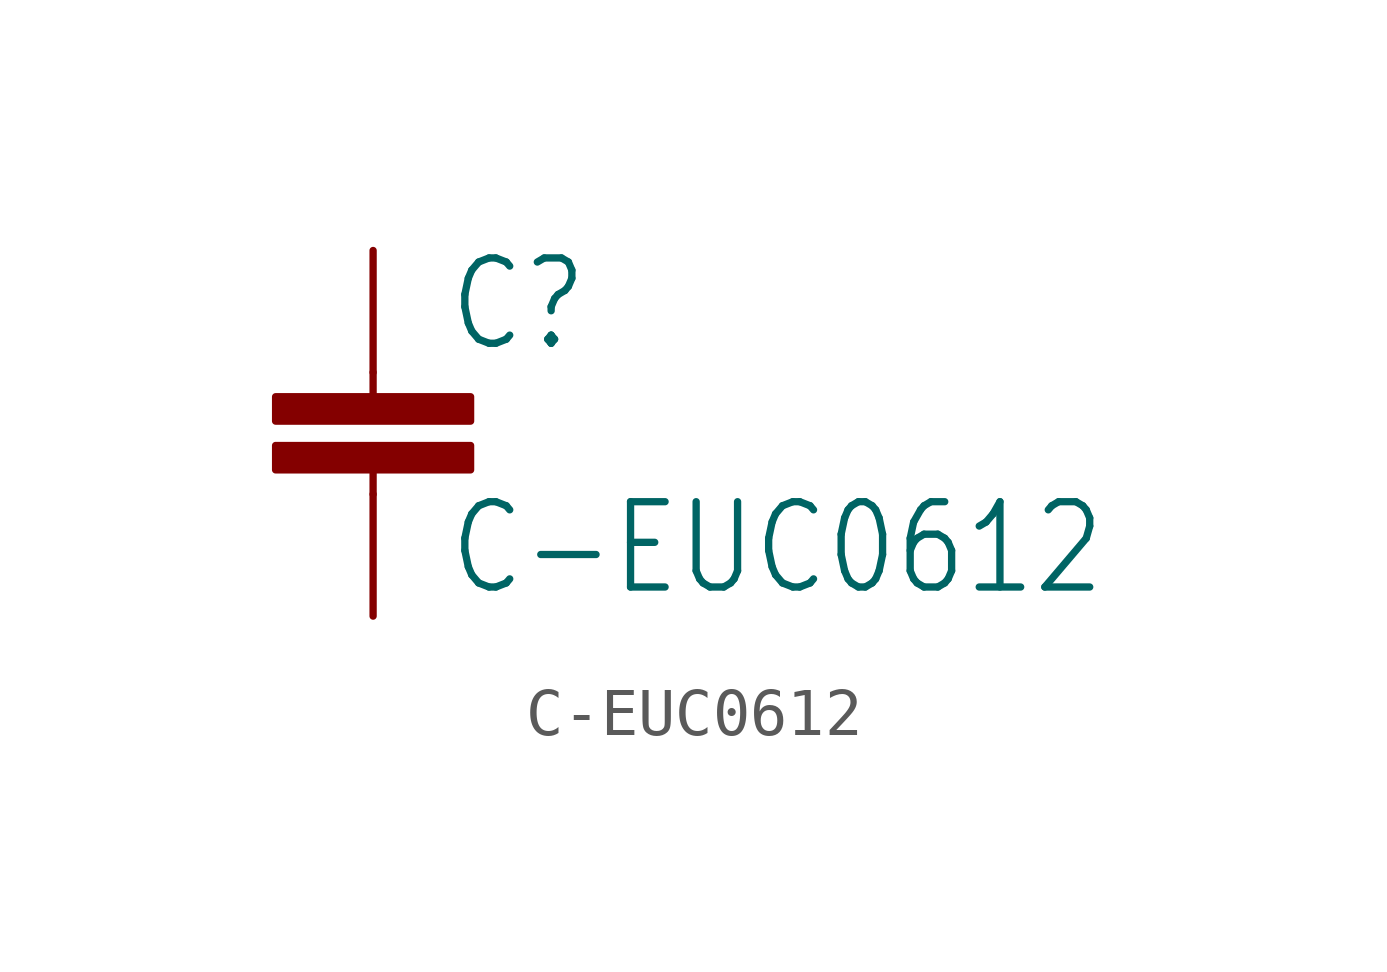
<source format=kicad_sym>
(kicad_symbol_lib
  (version 20211014)
  (generator kicad_symbol_editor)
  (symbol "C-EUC0612"
    (property "Reference" "C"
      (at 1.524 0.381 0)
      (effects (font (size 1.778 1.511)) (justify left bottom)))
    (property "Value" "C-EUC0612"
      (at 1.524 -4.699 0)
      (effects (font (size 1.778 1.511)) (justify left bottom)))
    (property "ki_locked" ""
      (at 0 0 0)
      (effects (font (size 1.27 1.27))))
    (symbol "C-EUC0612_1_0"
      (rectangle (start -2.032 -2.032) (end 2.032 -1.524) (stroke (width 0) (type default) (color 0 0 0 0)) (fill (type outline)))
      (rectangle (start -2.032 -1.016) (end 2.032 -0.508) (stroke (width 0) (type default) (color 0 0 0 0)) (fill (type outline)))
      (polyline (pts (xy 0 -2.54) (xy 0 -2.032)) (stroke (width 0.152) (type default) (color 0 0 0 0)) (fill (type none)))
      (polyline (pts (xy 0 0) (xy 0 -0.508)) (stroke (width 0.152) (type default) (color 0 0 0 0)) (fill (type none)))
      (pin passive line (at 0 2.54 270) (length 2.54) (name "1" (effects (font (size 0 0)))) (number "1" (effects (font (size 0 0)))))
      (pin passive line (at 0 -5.08 90) (length 2.54) (name "2" (effects (font (size 0 0)))) (number "2" (effects (font (size 0 0))))))))
</source>
